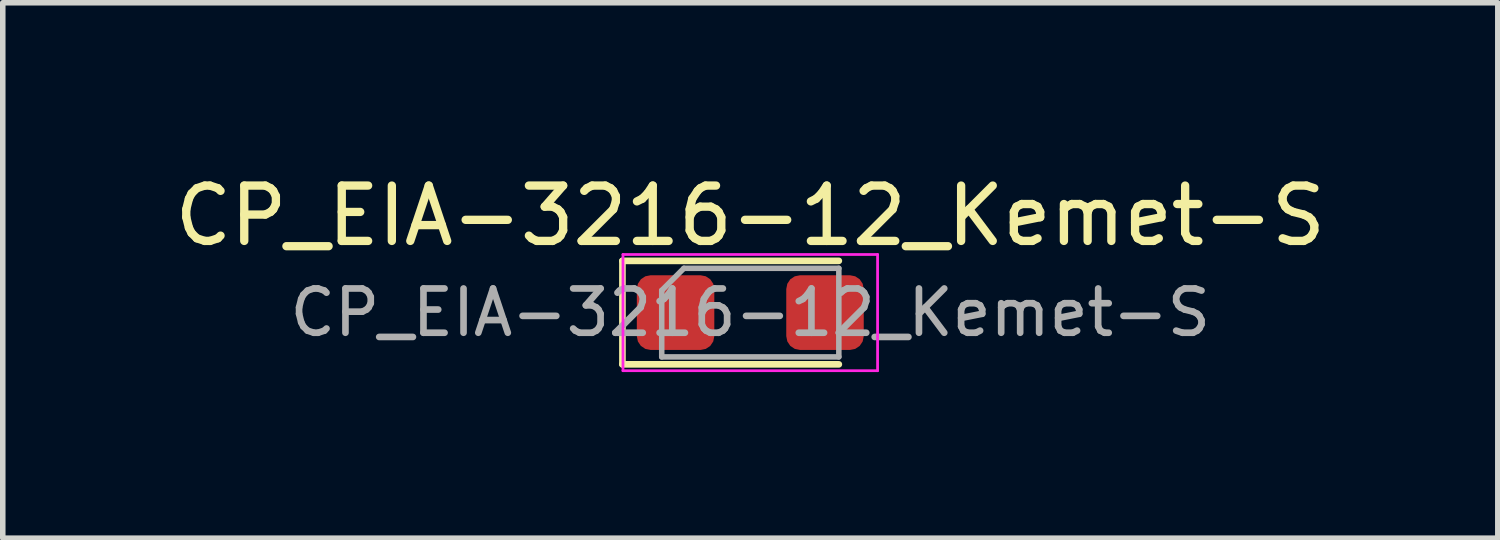
<source format=kicad_pcb>
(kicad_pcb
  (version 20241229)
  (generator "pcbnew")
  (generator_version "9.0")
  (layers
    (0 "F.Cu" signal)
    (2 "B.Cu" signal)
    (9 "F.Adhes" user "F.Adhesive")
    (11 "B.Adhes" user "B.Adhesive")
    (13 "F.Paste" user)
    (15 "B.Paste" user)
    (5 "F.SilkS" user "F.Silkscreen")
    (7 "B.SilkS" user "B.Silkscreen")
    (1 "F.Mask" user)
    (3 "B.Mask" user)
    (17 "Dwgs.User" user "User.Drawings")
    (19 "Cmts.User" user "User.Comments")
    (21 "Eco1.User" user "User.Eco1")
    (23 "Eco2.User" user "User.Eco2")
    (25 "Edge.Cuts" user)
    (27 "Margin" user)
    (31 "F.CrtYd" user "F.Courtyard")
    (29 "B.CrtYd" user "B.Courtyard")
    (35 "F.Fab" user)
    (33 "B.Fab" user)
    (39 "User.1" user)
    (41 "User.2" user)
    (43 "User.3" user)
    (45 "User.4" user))
  (footprint "CP_EIA-3216-12_Kemet-S"
    (layer "F.Cu")
    (at 10.506 2.598)
    (property "Reference" "CP_EIA-3216-12_Kemet-S" (at 0 -1.75 0) (layer "F.SilkS") (effects (font (size 1 1) (thickness 0.15))))
    (attr smd)
    (fp_line (start -2.31 -0.935) (end -2.31 0.935) (stroke (width 0.12) (type solid)) (layer "F.SilkS"))
    (fp_line (start -2.31 0.935) (end 1.6 0.935) (stroke (width 0.12) (type solid)) (layer "F.SilkS"))
    (fp_line (start 1.6 -0.935) (end -2.31 -0.935) (stroke (width 0.12) (type solid)) (layer "F.SilkS"))
    (fp_line (start -2.3 -1.05) (end 2.3 -1.05) (stroke (width 0.05) (type solid)) (layer "F.CrtYd"))
    (fp_line (start -2.3 1.05) (end -2.3 -1.05) (stroke (width 0.05) (type solid)) (layer "F.CrtYd"))
    (fp_line (start 2.3 -1.05) (end 2.3 1.05) (stroke (width 0.05) (type solid)) (layer "F.CrtYd"))
    (fp_line (start 2.3 1.05) (end -2.3 1.05) (stroke (width 0.05) (type solid)) (layer "F.CrtYd"))
    (fp_line (start -1.6 -0.4) (end -1.6 0.8) (stroke (width 0.1) (type solid)) (layer "F.Fab"))
    (fp_line (start -1.6 0.8) (end 1.6 0.8) (stroke (width 0.1) (type solid)) (layer "F.Fab"))
    (fp_line (start -1.2 -0.8) (end -1.6 -0.4) (stroke (width 0.1) (type solid)) (layer "F.Fab"))
    (fp_line (start 1.6 -0.8) (end -1.2 -0.8) (stroke (width 0.1) (type solid)) (layer "F.Fab"))
    (fp_line (start 1.6 0.8) (end 1.6 -0.8) (stroke (width 0.1) (type solid)) (layer "F.Fab"))
    (fp_text user "${REFERENCE}" (at 0 0 0) (layer "F.Fab") (effects (font (size 0.8 0.8) (thickness 0.12))))
    (pad "1" smd roundrect (at -1.35 0) (size 1.4 1.35) (layers "F.Cu" "F.Mask" "F.Paste") (roundrect_rratio 0.185))
    (pad "2" smd roundrect (at 1.35 0) (size 1.4 1.35) (layers "F.Cu" "F.Mask" "F.Paste") (roundrect_rratio 0.185)))
  (gr_rect
    (start -3 -3)
    (end 24.012 6.673)
    (stroke (width 0.1) (type default))
    (fill no)
    (layer "Edge.Cuts")))
</source>
